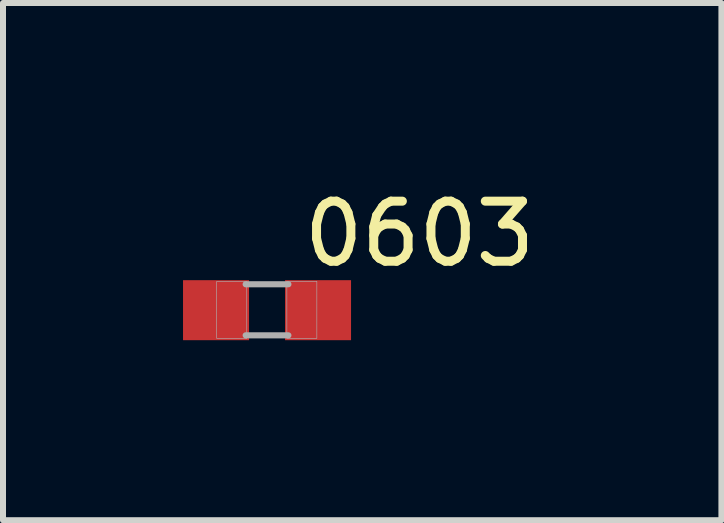
<source format=kicad_pcb>
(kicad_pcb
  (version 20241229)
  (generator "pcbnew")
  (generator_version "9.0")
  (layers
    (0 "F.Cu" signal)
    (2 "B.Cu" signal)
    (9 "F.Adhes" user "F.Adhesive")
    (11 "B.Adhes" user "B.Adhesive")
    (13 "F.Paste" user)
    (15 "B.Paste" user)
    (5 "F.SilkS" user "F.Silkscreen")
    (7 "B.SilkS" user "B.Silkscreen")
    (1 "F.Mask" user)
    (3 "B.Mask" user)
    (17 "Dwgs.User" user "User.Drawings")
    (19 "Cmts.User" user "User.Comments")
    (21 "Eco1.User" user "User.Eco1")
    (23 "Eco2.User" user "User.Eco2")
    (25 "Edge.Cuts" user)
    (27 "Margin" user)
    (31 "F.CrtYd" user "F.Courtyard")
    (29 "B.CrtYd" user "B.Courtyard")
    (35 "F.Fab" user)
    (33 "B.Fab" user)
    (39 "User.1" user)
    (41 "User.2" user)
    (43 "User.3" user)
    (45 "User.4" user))
  (footprint "0603"
    (layer "F.Cu")
    (at 1.4 2.119)
    (property "Reference" "0603" (at 2.541 -1.271 0) (layer "F.SilkS") (effects (font (size 1.001 1.001) (thickness 0.15))))
    (attr smd)
    (fp_line (start -0.356 -0.432) (end 0.356 -0.432) (stroke (width 0.102) (type solid)) (layer "F.Fab"))
    (fp_line (start -0.356 0.419) (end 0.356 0.419) (stroke (width 0.102) (type solid)) (layer "F.Fab"))
    (fp_poly (pts (xy -0.839 -0.48) (xy -0.338 -0.48) (xy -0.338 0.471) (xy -0.839 0.471)) (stroke (width 0.01) (type solid)) (fill no) (layer "F.Fab"))
    (fp_poly (pts (xy 0.33 -0.48) (xy 0.83 -0.48) (xy 0.83 0.47) (xy 0.33 0.47)) (stroke (width 0.01) (type solid)) (fill no) (layer "F.Fab"))
    (pad "1" smd rect (at -0.85 0) (size 1.1 1) (layers "F.Cu" "F.Mask" "F.Paste"))
    (pad "2" smd rect (at 0.85 0) (size 1.1 1) (layers "F.Cu" "F.Mask" "F.Paste")))
  (gr_rect
    (start -3 -3)
    (end 8.972 5.619)
    (stroke (width 0.1) (type default))
    (fill no)
    (layer "Edge.Cuts")))
</source>
